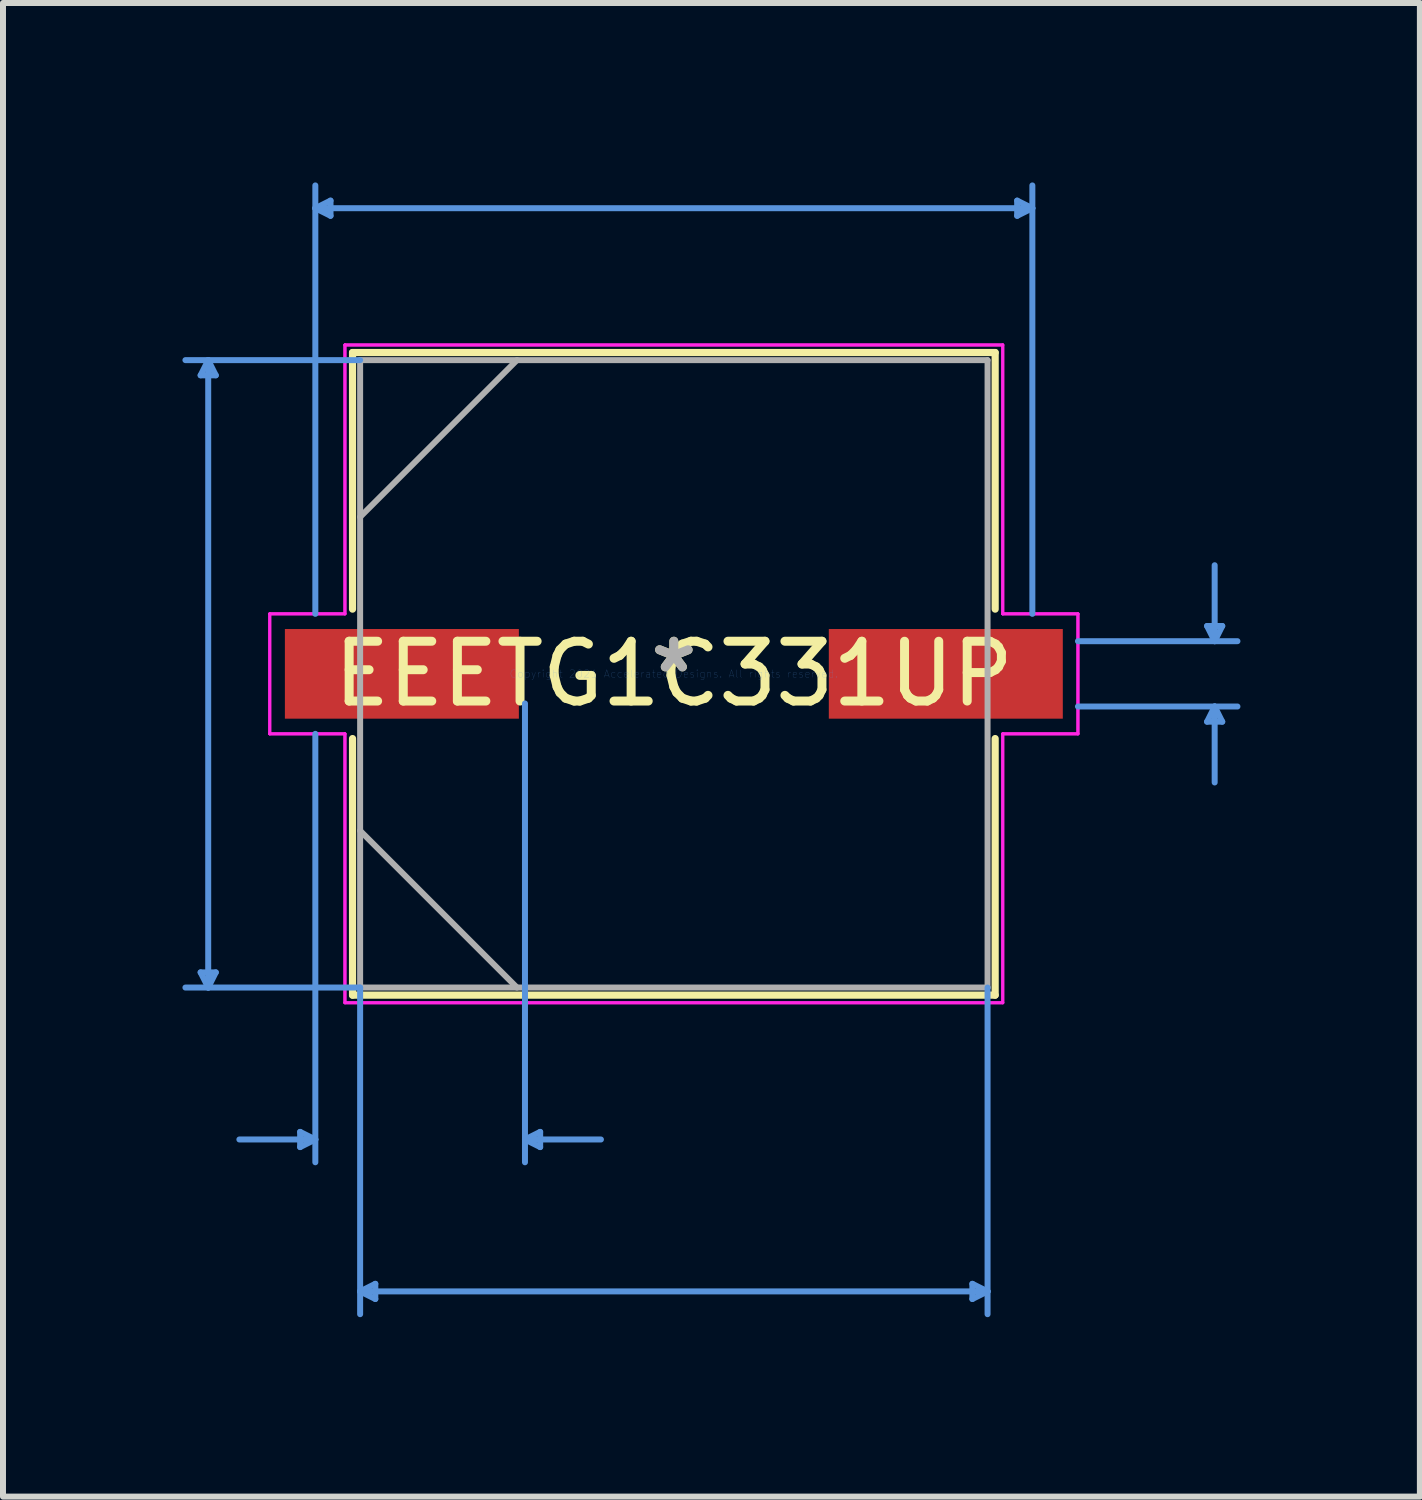
<source format=kicad_pcb>
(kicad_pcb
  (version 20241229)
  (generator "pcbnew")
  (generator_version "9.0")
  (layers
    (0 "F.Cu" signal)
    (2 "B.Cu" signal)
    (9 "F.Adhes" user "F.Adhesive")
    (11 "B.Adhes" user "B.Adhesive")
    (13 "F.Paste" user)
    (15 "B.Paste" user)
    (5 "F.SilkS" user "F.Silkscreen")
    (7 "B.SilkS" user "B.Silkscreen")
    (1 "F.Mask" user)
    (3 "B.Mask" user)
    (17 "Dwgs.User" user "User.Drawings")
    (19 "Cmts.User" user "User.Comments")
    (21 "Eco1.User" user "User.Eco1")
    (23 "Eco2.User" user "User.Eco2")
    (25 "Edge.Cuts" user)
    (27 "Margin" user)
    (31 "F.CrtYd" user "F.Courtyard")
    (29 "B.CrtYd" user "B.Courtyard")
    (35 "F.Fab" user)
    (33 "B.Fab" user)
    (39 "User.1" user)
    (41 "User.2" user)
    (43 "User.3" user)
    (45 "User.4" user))
  (footprint "EEETG1C331UP"
    (layer "F.Cu")
    (at 8.216 8.216)
    (property "Reference" "EEETG1C331UP" (at 0 0 0) (layer "F.SilkS") (effects (font (size 1 1) (thickness 0.15))))
    (attr through_hole)
    (fp_line (start -5.372 -5.372) (end -5.372 -1.082) (stroke (width 0.12) (type solid)) (layer "F.SilkS"))
    (fp_line (start -5.372 1.082) (end -5.372 5.372) (stroke (width 0.12) (type solid)) (layer "F.SilkS"))
    (fp_line (start -5.372 5.372) (end 5.372 5.372) (stroke (width 0.12) (type solid)) (layer "F.SilkS"))
    (fp_line (start 5.372 -5.372) (end -5.372 -5.372) (stroke (width 0.12) (type solid)) (layer "F.SilkS"))
    (fp_line (start 5.372 -1.082) (end 5.372 -5.372) (stroke (width 0.12) (type solid)) (layer "F.SilkS"))
    (fp_line (start 5.372 5.372) (end 5.372 1.082) (stroke (width 0.12) (type solid)) (layer "F.SilkS"))
    (fp_line (start -7.912 -4.991) (end -7.658 -4.991) (stroke (width 0.1) (type solid)) (layer "Cmts.User"))
    (fp_line (start -7.912 4.991) (end -7.658 4.991) (stroke (width 0.1) (type solid)) (layer "Cmts.User"))
    (fp_line (start -7.785 -5.245) (end -7.912 -4.991) (stroke (width 0.1) (type solid)) (layer "Cmts.User"))
    (fp_line (start -7.785 -5.245) (end -7.785 5.245) (stroke (width 0.1) (type solid)) (layer "Cmts.User"))
    (fp_line (start -7.785 -5.245) (end -7.658 -4.991) (stroke (width 0.1) (type solid)) (layer "Cmts.User"))
    (fp_line (start -7.785 5.245) (end -7.912 4.991) (stroke (width 0.1) (type solid)) (layer "Cmts.User"))
    (fp_line (start -7.785 5.245) (end -7.658 4.991) (stroke (width 0.1) (type solid)) (layer "Cmts.User"))
    (fp_line (start -6.248 7.658) (end -6.248 7.912) (stroke (width 0.1) (type solid)) (layer "Cmts.User"))
    (fp_line (start -5.994 -7.785) (end -5.74 -7.912) (stroke (width 0.1) (type solid)) (layer "Cmts.User"))
    (fp_line (start -5.994 -7.785) (end -5.74 -7.658) (stroke (width 0.1) (type solid)) (layer "Cmts.User"))
    (fp_line (start -5.994 -7.785) (end 5.994 -7.785) (stroke (width 0.1) (type solid)) (layer "Cmts.User"))
    (fp_line (start -5.994 -1.003) (end -5.994 -8.166) (stroke (width 0.1) (type solid)) (layer "Cmts.User"))
    (fp_line (start -5.994 1.003) (end -5.994 8.166) (stroke (width 0.1) (type solid)) (layer "Cmts.User"))
    (fp_line (start -5.994 7.785) (end -7.264 7.785) (stroke (width 0.1) (type solid)) (layer "Cmts.User"))
    (fp_line (start -5.994 7.785) (end -6.248 7.658) (stroke (width 0.1) (type solid)) (layer "Cmts.User"))
    (fp_line (start -5.994 7.785) (end -6.248 7.912) (stroke (width 0.1) (type solid)) (layer "Cmts.User"))
    (fp_line (start -5.74 -7.912) (end -5.74 -7.658) (stroke (width 0.1) (type solid)) (layer "Cmts.User"))
    (fp_line (start -5.245 -5.245) (end -8.166 -5.245) (stroke (width 0.1) (type solid)) (layer "Cmts.User"))
    (fp_line (start -5.245 5.245) (end -8.166 5.245) (stroke (width 0.1) (type solid)) (layer "Cmts.User"))
    (fp_line (start -5.245 5.245) (end -5.245 10.706) (stroke (width 0.1) (type solid)) (layer "Cmts.User"))
    (fp_line (start -5.245 10.325) (end -4.991 10.198) (stroke (width 0.1) (type solid)) (layer "Cmts.User"))
    (fp_line (start -5.245 10.325) (end -4.991 10.452) (stroke (width 0.1) (type solid)) (layer "Cmts.User"))
    (fp_line (start -5.245 10.325) (end 5.245 10.325) (stroke (width 0.1) (type solid)) (layer "Cmts.User"))
    (fp_line (start -4.991 10.198) (end -4.991 10.452) (stroke (width 0.1) (type solid)) (layer "Cmts.User"))
    (fp_line (start -2.489 0.495) (end -2.489 8.166) (stroke (width 0.1) (type solid)) (layer "Cmts.User"))
    (fp_line (start -2.489 7.785) (end -2.235 7.658) (stroke (width 0.1) (type solid)) (layer "Cmts.User"))
    (fp_line (start -2.489 7.785) (end -2.235 7.912) (stroke (width 0.1) (type solid)) (layer "Cmts.User"))
    (fp_line (start -2.489 7.785) (end -1.219 7.785) (stroke (width 0.1) (type solid)) (layer "Cmts.User"))
    (fp_line (start -2.235 7.658) (end -2.235 7.912) (stroke (width 0.1) (type solid)) (layer "Cmts.User"))
    (fp_line (start 4.991 10.198) (end 4.991 10.452) (stroke (width 0.1) (type solid)) (layer "Cmts.User"))
    (fp_line (start 5.245 5.245) (end 5.245 10.706) (stroke (width 0.1) (type solid)) (layer "Cmts.User"))
    (fp_line (start 5.245 10.325) (end 4.991 10.198) (stroke (width 0.1) (type solid)) (layer "Cmts.User"))
    (fp_line (start 5.245 10.325) (end 4.991 10.452) (stroke (width 0.1) (type solid)) (layer "Cmts.User"))
    (fp_line (start 5.74 -7.912) (end 5.74 -7.658) (stroke (width 0.1) (type solid)) (layer "Cmts.User"))
    (fp_line (start 5.994 -7.785) (end 5.74 -7.912) (stroke (width 0.1) (type solid)) (layer "Cmts.User"))
    (fp_line (start 5.994 -7.785) (end 5.74 -7.658) (stroke (width 0.1) (type solid)) (layer "Cmts.User"))
    (fp_line (start 5.994 -1.003) (end 5.994 -8.166) (stroke (width 0.1) (type solid)) (layer "Cmts.User"))
    (fp_line (start 6.756 -0.546) (end 9.423 -0.546) (stroke (width 0.1) (type solid)) (layer "Cmts.User"))
    (fp_line (start 6.756 0.546) (end 9.423 0.546) (stroke (width 0.1) (type solid)) (layer "Cmts.User"))
    (fp_line (start 8.915 -0.8) (end 9.169 -0.8) (stroke (width 0.1) (type solid)) (layer "Cmts.User"))
    (fp_line (start 8.915 0.8) (end 9.169 0.8) (stroke (width 0.1) (type solid)) (layer "Cmts.User"))
    (fp_line (start 9.042 -0.546) (end 8.915 -0.8) (stroke (width 0.1) (type solid)) (layer "Cmts.User"))
    (fp_line (start 9.042 -0.546) (end 9.042 -1.816) (stroke (width 0.1) (type solid)) (layer "Cmts.User"))
    (fp_line (start 9.042 -0.546) (end 9.169 -0.8) (stroke (width 0.1) (type solid)) (layer "Cmts.User"))
    (fp_line (start 9.042 0.546) (end 8.915 0.8) (stroke (width 0.1) (type solid)) (layer "Cmts.User"))
    (fp_line (start 9.042 0.546) (end 9.042 1.816) (stroke (width 0.1) (type solid)) (layer "Cmts.User"))
    (fp_line (start 9.042 0.546) (end 9.169 0.8) (stroke (width 0.1) (type solid)) (layer "Cmts.User"))
    (fp_line (start -6.756 -1.003) (end -5.499 -1.003) (stroke (width 0.05) (type solid)) (layer "F.CrtYd"))
    (fp_line (start -6.756 -1.003) (end -5.499 -1.003) (stroke (width 0.05) (type solid)) (layer "F.CrtYd"))
    (fp_line (start -6.756 1.003) (end -6.756 -1.003) (stroke (width 0.05) (type solid)) (layer "F.CrtYd"))
    (fp_line (start -6.756 1.003) (end -6.756 -1.003) (stroke (width 0.05) (type solid)) (layer "F.CrtYd"))
    (fp_line (start -5.499 -5.499) (end 5.499 -5.499) (stroke (width 0.05) (type solid)) (layer "F.CrtYd"))
    (fp_line (start -5.499 -5.499) (end 5.499 -5.499) (stroke (width 0.05) (type solid)) (layer "F.CrtYd"))
    (fp_line (start -5.499 -1.003) (end -5.499 -5.499) (stroke (width 0.05) (type solid)) (layer "F.CrtYd"))
    (fp_line (start -5.499 -1.003) (end -5.499 -5.499) (stroke (width 0.05) (type solid)) (layer "F.CrtYd"))
    (fp_line (start -5.499 1.003) (end -6.756 1.003) (stroke (width 0.05) (type solid)) (layer "F.CrtYd"))
    (fp_line (start -5.499 1.003) (end -6.756 1.003) (stroke (width 0.05) (type solid)) (layer "F.CrtYd"))
    (fp_line (start -5.499 5.499) (end -5.499 1.003) (stroke (width 0.05) (type solid)) (layer "F.CrtYd"))
    (fp_line (start -5.499 5.499) (end -5.499 1.003) (stroke (width 0.05) (type solid)) (layer "F.CrtYd"))
    (fp_line (start 5.499 -5.499) (end 5.499 -1.003) (stroke (width 0.05) (type solid)) (layer "F.CrtYd"))
    (fp_line (start 5.499 -5.499) (end 5.499 -1.003) (stroke (width 0.05) (type solid)) (layer "F.CrtYd"))
    (fp_line (start 5.499 -1.003) (end 6.756 -1.003) (stroke (width 0.05) (type solid)) (layer "F.CrtYd"))
    (fp_line (start 5.499 -1.003) (end 6.756 -1.003) (stroke (width 0.05) (type solid)) (layer "F.CrtYd"))
    (fp_line (start 5.499 1.003) (end 5.499 5.499) (stroke (width 0.05) (type solid)) (layer "F.CrtYd"))
    (fp_line (start 5.499 1.003) (end 5.499 5.499) (stroke (width 0.05) (type solid)) (layer "F.CrtYd"))
    (fp_line (start 5.499 5.499) (end -5.499 5.499) (stroke (width 0.05) (type solid)) (layer "F.CrtYd"))
    (fp_line (start 5.499 5.499) (end -5.499 5.499) (stroke (width 0.05) (type solid)) (layer "F.CrtYd"))
    (fp_line (start 6.756 -1.003) (end 6.756 1.003) (stroke (width 0.05) (type solid)) (layer "F.CrtYd"))
    (fp_line (start 6.756 -1.003) (end 6.756 1.003) (stroke (width 0.05) (type solid)) (layer "F.CrtYd"))
    (fp_line (start 6.756 1.003) (end 5.499 1.003) (stroke (width 0.05) (type solid)) (layer "F.CrtYd"))
    (fp_line (start 6.756 1.003) (end 5.499 1.003) (stroke (width 0.05) (type solid)) (layer "F.CrtYd"))
    (fp_line (start -5.245 -5.245) (end -5.245 5.245) (stroke (width 0.1) (type solid)) (layer "F.Fab"))
    (fp_line (start -5.245 -2.623) (end -2.623 -5.245) (stroke (width 0.1) (type solid)) (layer "F.Fab"))
    (fp_line (start -5.245 2.623) (end -2.623 5.245) (stroke (width 0.1) (type solid)) (layer "F.Fab"))
    (fp_line (start -5.245 5.245) (end 5.245 5.245) (stroke (width 0.1) (type solid)) (layer "F.Fab"))
    (fp_line (start 5.245 -5.245) (end -5.245 -5.245) (stroke (width 0.1) (type solid)) (layer "F.Fab"))
    (fp_line (start 5.245 5.245) (end 5.245 -5.245) (stroke (width 0.1) (type solid)) (layer "F.Fab"))
    (fp_text user "*" (at 0 0 0) (layer "F.SilkS") (effects (font (size 1 1) (thickness 0.15))))
    (fp_text user "Copyright 2021 Accelerated Designs. All rights reserved." (at 0 0 0) (layer "Cmts.User") (effects (font (size 0.127 0.127) (thickness 0.002))))
    (fp_text user "*" (at 0 0 0) (layer "F.Fab") (effects (font (size 1 1) (thickness 0.15))))
    (pad "1" smd rect (at -4.547 0) (size 3.912 1.499) (layers "F.Cu" "F.Mask" "F.Paste"))
    (pad "2" smd rect (at 4.547 0) (size 3.912 1.499) (layers "F.Cu" "F.Mask" "F.Paste")))
  (gr_rect
    (start -3 -3)
    (end 20.689 21.972)
    (stroke (width 0.1) (type default))
    (fill no)
    (layer "Edge.Cuts")))
</source>
